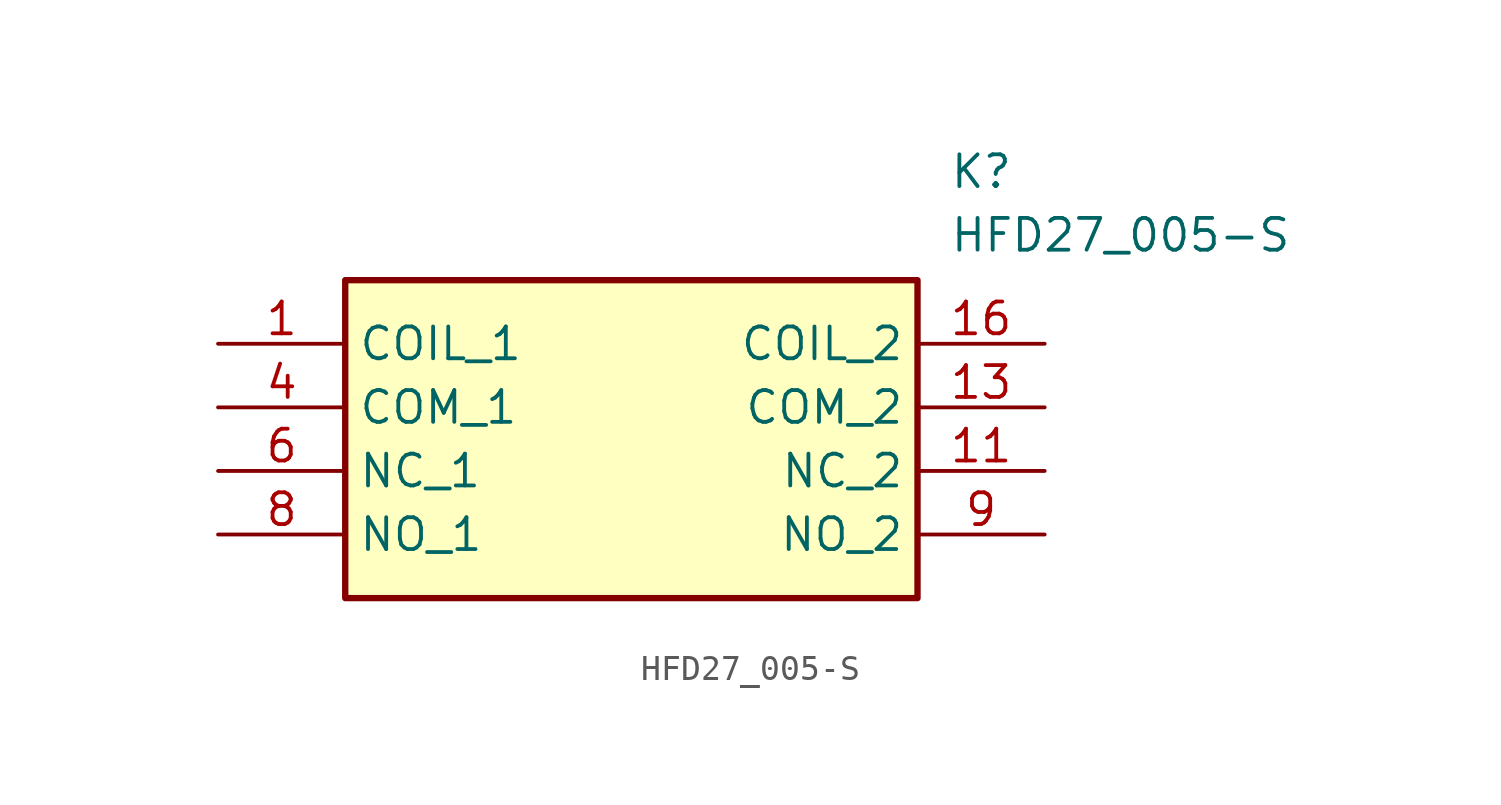
<source format=kicad_sym>
(kicad_symbol_lib
  (version 20211014)
  (generator SamacSys_ECAD_Model)
  (symbol "HFD27_005-S"
    (property "Reference" "K"
      (at 29.21 7.62 0)
      (effects (font (size 1.27 1.27)) (justify left top)))
    (property "Value" "HFD27_005-S"
      (at 29.21 5.08 0)
      (effects (font (size 1.27 1.27)) (justify left top)))
    (rectangle
      (start 5.08 2.54)
      (end 27.94 -10.16)
      (stroke (width 0.254) (type default))
      (fill (type background)))
    (pin passive line
      (at 0 0 0)
      (length 5.08)
      (name "COIL_1" (effects (font (size 1.27 1.27))))
      (number "1" (effects (font (size 1.27 1.27)))))
    (pin passive line
      (at 0 -2.54 0)
      (length 5.08)
      (name "COM_1" (effects (font (size 1.27 1.27))))
      (number "4" (effects (font (size 1.27 1.27)))))
    (pin passive line
      (at 0 -5.08 0)
      (length 5.08)
      (name "NC_1" (effects (font (size 1.27 1.27))))
      (number "6" (effects (font (size 1.27 1.27)))))
    (pin passive line
      (at 0 -7.62 0)
      (length 5.08)
      (name "NO_1" (effects (font (size 1.27 1.27))))
      (number "8" (effects (font (size 1.27 1.27)))))
    (pin passive line
      (at 33.02 -7.62 180)
      (length 5.08)
      (name "NO_2" (effects (font (size 1.27 1.27))))
      (number "9" (effects (font (size 1.27 1.27)))))
    (pin passive line
      (at 33.02 -5.08 180)
      (length 5.08)
      (name "NC_2" (effects (font (size 1.27 1.27))))
      (number "11" (effects (font (size 1.27 1.27)))))
    (pin passive line
      (at 33.02 -2.54 180)
      (length 5.08)
      (name "COM_2" (effects (font (size 1.27 1.27))))
      (number "13" (effects (font (size 1.27 1.27)))))
    (pin passive line
      (at 33.02 0 180)
      (length 5.08)
      (name "COIL_2" (effects (font (size 1.27 1.27))))
      (number "16" (effects (font (size 1.27 1.27)))))))
</source>
